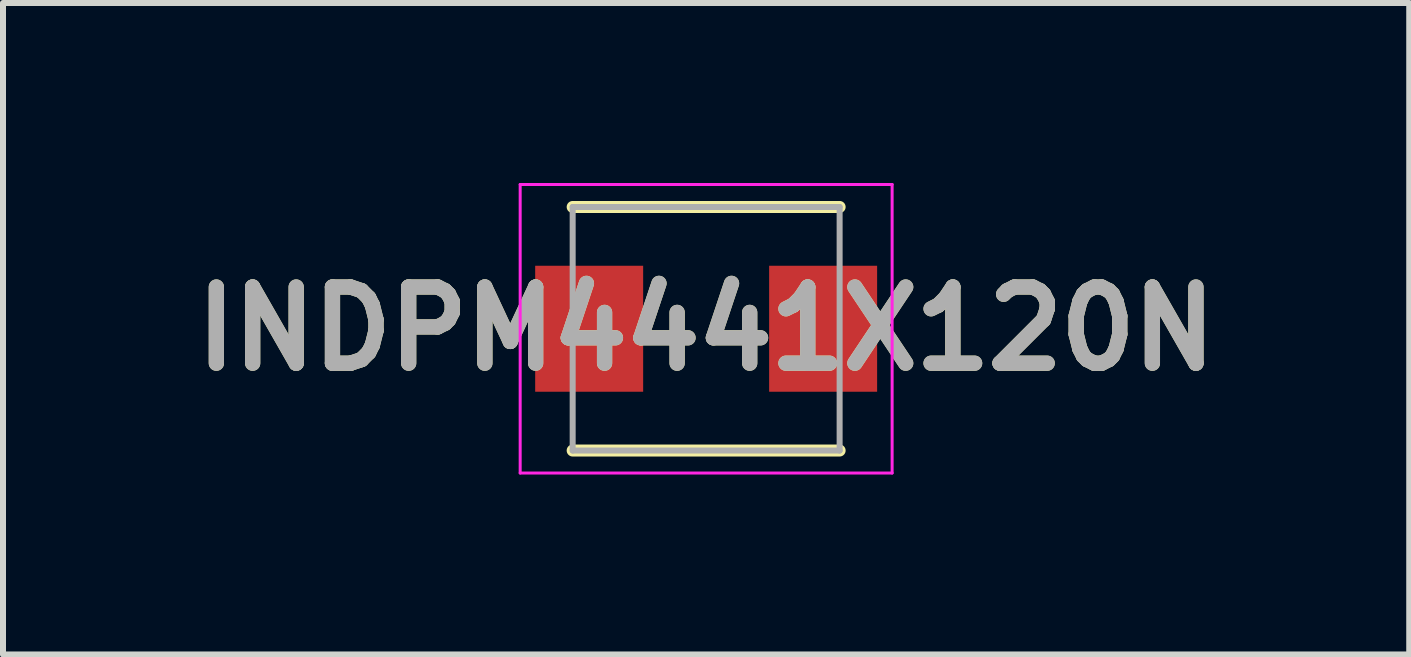
<source format=kicad_pcb>
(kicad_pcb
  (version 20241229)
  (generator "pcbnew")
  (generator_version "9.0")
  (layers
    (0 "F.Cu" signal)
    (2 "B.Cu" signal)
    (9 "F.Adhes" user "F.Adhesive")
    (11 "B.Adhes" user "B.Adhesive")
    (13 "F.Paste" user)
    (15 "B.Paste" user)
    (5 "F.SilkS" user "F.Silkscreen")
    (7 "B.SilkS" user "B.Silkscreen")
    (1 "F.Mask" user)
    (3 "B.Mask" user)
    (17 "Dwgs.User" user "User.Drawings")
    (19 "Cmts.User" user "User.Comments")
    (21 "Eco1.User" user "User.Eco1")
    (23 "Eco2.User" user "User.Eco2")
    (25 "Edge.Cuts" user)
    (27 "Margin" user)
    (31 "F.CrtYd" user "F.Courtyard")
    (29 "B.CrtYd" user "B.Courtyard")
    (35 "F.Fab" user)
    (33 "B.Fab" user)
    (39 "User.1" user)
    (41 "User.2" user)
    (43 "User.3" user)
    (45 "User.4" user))
  (footprint "INDPM4441X120N"
    (layer "F.Cu")
    (at 8.721 2.43)
    (property "Reference" "INDPM4441X120N" (at 0 0 0) (layer "F.SilkS") (effects (font (size 1.27 1.27) (thickness 0.254))))
    (attr smd)
    (fp_line (start -2.225 2.03) (end 2.225 2.03) (stroke (width 0.2) (type solid)) (layer "F.SilkS"))
    (fp_line (start 2.225 -2.03) (end -2.225 -2.03) (stroke (width 0.2) (type solid)) (layer "F.SilkS"))
    (fp_line (start -3.1 -2.405) (end 3.1 -2.405) (stroke (width 0.05) (type solid)) (layer "F.CrtYd"))
    (fp_line (start -3.1 2.405) (end -3.1 -2.405) (stroke (width 0.05) (type solid)) (layer "F.CrtYd"))
    (fp_line (start 3.1 -2.405) (end 3.1 2.405) (stroke (width 0.05) (type solid)) (layer "F.CrtYd"))
    (fp_line (start 3.1 2.405) (end -3.1 2.405) (stroke (width 0.05) (type solid)) (layer "F.CrtYd"))
    (fp_line (start -2.225 -2.03) (end 2.225 -2.03) (stroke (width 0.1) (type solid)) (layer "F.Fab"))
    (fp_line (start -2.225 2.03) (end -2.225 -2.03) (stroke (width 0.1) (type solid)) (layer "F.Fab"))
    (fp_line (start 2.225 -2.03) (end 2.225 2.03) (stroke (width 0.1) (type solid)) (layer "F.Fab"))
    (fp_line (start 2.225 2.03) (end -2.225 2.03) (stroke (width 0.1) (type solid)) (layer "F.Fab"))
    (fp_text user "${REFERENCE}" (at 0 0 0) (layer "F.Fab") (effects (font (size 1.27 1.27) (thickness 0.254))))
    (pad "1" smd rect (at -1.95 0) (size 1.8 2.1) (layers "F.Cu" "F.Mask" "F.Paste"))
    (pad "2" smd rect (at 1.95 0) (size 1.8 2.1) (layers "F.Cu" "F.Mask" "F.Paste")))
  (gr_rect
    (start -3 -3)
    (end 20.441 7.86)
    (stroke (width 0.1) (type default))
    (fill no)
    (layer "Edge.Cuts")))
</source>
